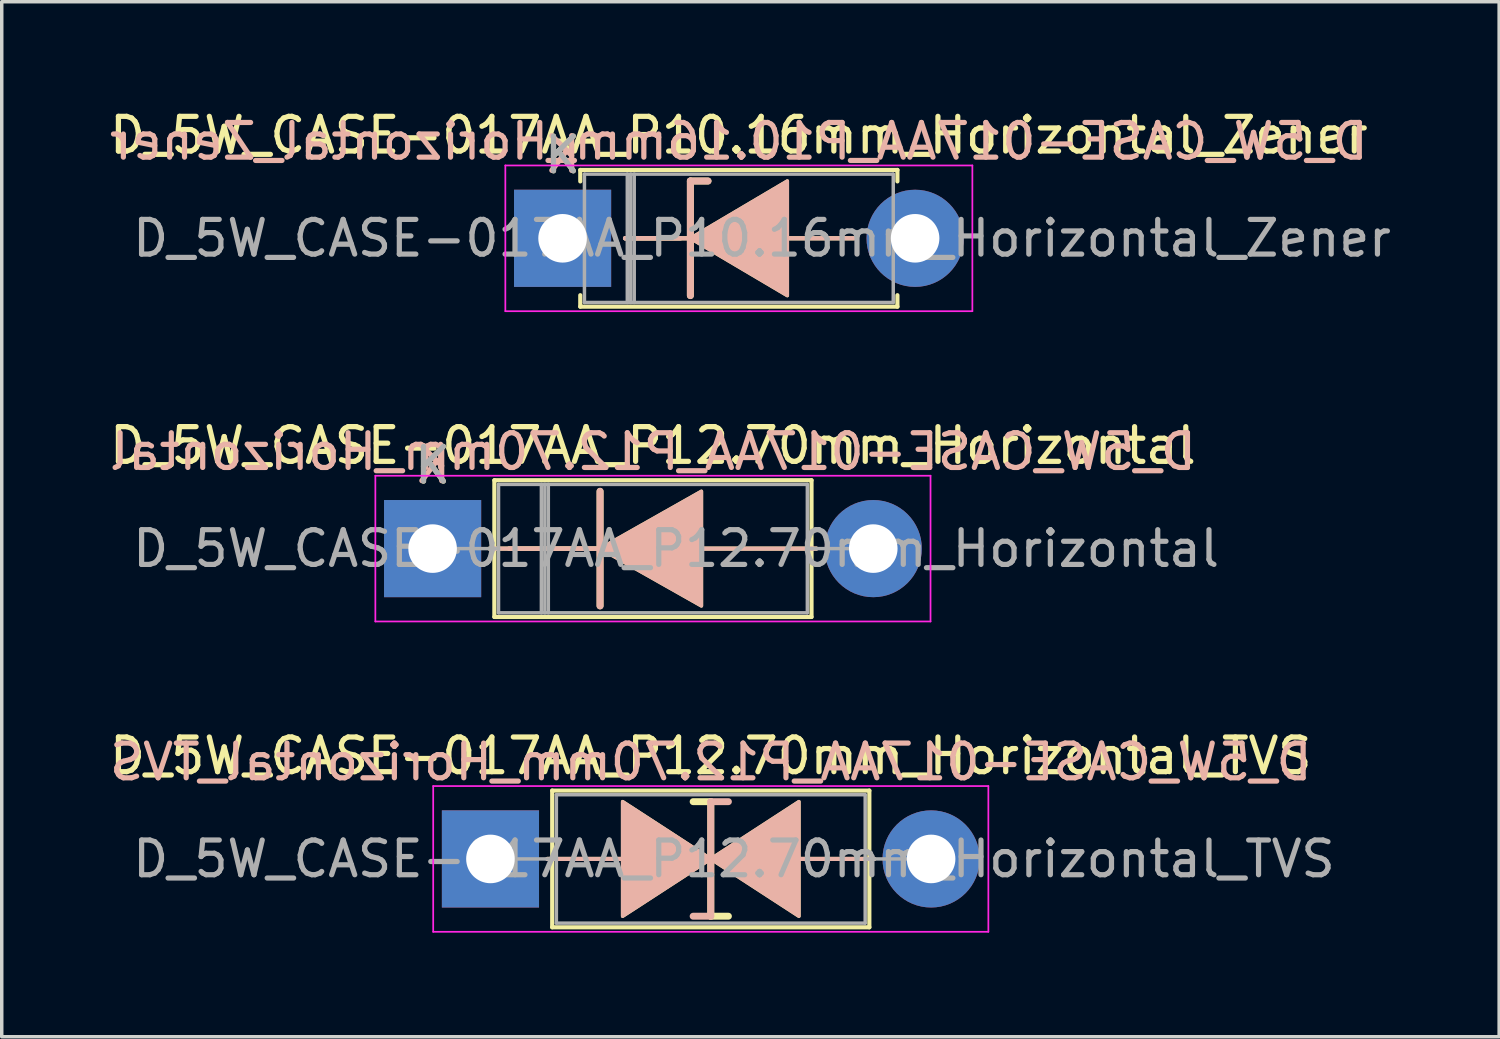
<source format=kicad_pcb>
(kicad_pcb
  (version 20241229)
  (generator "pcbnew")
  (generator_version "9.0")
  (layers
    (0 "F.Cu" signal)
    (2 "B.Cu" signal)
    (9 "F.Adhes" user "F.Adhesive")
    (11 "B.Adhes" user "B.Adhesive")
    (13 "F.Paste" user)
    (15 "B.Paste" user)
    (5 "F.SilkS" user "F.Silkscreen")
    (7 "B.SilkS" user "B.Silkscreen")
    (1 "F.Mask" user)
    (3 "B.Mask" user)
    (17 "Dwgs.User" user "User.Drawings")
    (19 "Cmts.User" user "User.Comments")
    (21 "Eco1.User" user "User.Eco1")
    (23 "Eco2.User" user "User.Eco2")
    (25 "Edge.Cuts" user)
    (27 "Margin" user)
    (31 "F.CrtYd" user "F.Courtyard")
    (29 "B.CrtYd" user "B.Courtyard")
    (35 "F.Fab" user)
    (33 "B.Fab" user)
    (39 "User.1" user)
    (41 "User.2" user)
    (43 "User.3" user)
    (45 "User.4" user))
  (footprint "D_5W_CASE-017AA_P12.70mm_Horizontal"
    (layer "F.Cu")
    (at 9.418 12.761)
    (property "Reference" "D_5W_CASE-017AA_P12.70mm_Horizontal" (at 6.35 -2.97 0) (layer "F.SilkS") (effects (font (size 1 1) (thickness 0.15))))
    (fp_line (start 1.64 0) (end 1.78 0) (stroke (width 0.12) (type solid)) (layer "F.SilkS"))
    (fp_line (start 1.78 -1.97) (end 1.78 1.97) (stroke (width 0.12) (type solid)) (layer "F.SilkS"))
    (fp_line (start 1.78 0) (end 4.826 0) (stroke (width 0.12) (type solid)) (layer "F.SilkS"))
    (fp_line (start 1.78 1.97) (end 10.92 1.97) (stroke (width 0.12) (type solid)) (layer "F.SilkS"))
    (fp_line (start 4.699 0) (end 2.2 0) (stroke (width 0.12) (type solid)) (layer "F.SilkS"))
    (fp_line (start 4.826 -1.651) (end 4.826 1.651) (stroke (width 0.2) (type solid)) (layer "F.SilkS"))
    (fp_line (start 10.92 -1.97) (end 1.78 -1.97) (stroke (width 0.12) (type solid)) (layer "F.SilkS"))
    (fp_line (start 10.92 0) (end 7.62 0) (stroke (width 0.12) (type solid)) (layer "F.SilkS"))
    (fp_line (start 10.92 1.97) (end 10.92 -1.97) (stroke (width 0.12) (type solid)) (layer "F.SilkS"))
    (fp_line (start 11.06 0) (end 10.92 0) (stroke (width 0.12) (type solid)) (layer "F.SilkS"))
    (fp_poly (pts (xy 7.747 1.651) (xy 4.826 0) (xy 7.747 -1.651)) (stroke (width 0.1) (type solid)) (fill yes) (layer "F.SilkS"))
    (fp_line (start 1.64 0) (end 1.78 0) (stroke (width 0.12) (type solid)) (layer "B.SilkS"))
    (fp_line (start 1.78 0) (end 4.826 0) (stroke (width 0.12) (type solid)) (layer "B.SilkS"))
    (fp_line (start 4.699 0) (end 2.2 0) (stroke (width 0.12) (type solid)) (layer "B.SilkS"))
    (fp_line (start 4.826 1.651) (end 4.826 -1.651) (stroke (width 0.2) (type solid)) (layer "B.SilkS"))
    (fp_line (start 10.92 0) (end 7.62 0) (stroke (width 0.12) (type solid)) (layer "B.SilkS"))
    (fp_line (start 11.06 0) (end 10.92 0) (stroke (width 0.12) (type solid)) (layer "B.SilkS"))
    (fp_poly (pts (xy 7.747 -1.651) (xy 4.826 0) (xy 7.747 1.651)) (stroke (width 0.1) (type solid)) (fill yes) (layer "B.SilkS"))
    (fp_line (start -1.65 -2.1) (end -1.65 2.1) (stroke (width 0.05) (type solid)) (layer "F.CrtYd"))
    (fp_line (start -1.65 2.1) (end 14.35 2.1) (stroke (width 0.05) (type solid)) (layer "F.CrtYd"))
    (fp_line (start 14.35 -2.1) (end -1.65 -2.1) (stroke (width 0.05) (type solid)) (layer "F.CrtYd"))
    (fp_line (start 14.35 2.1) (end 14.35 -2.1) (stroke (width 0.05) (type solid)) (layer "F.CrtYd"))
    (fp_line (start 0 0) (end 1.9 0) (stroke (width 0.1) (type solid)) (layer "F.Fab"))
    (fp_line (start 1.9 -1.85) (end 1.9 1.85) (stroke (width 0.1) (type solid)) (layer "F.Fab"))
    (fp_line (start 1.9 1.85) (end 10.8 1.85) (stroke (width 0.1) (type solid)) (layer "F.Fab"))
    (fp_line (start 3.135 -1.85) (end 3.135 1.85) (stroke (width 0.1) (type solid)) (layer "F.Fab"))
    (fp_line (start 3.235 -1.85) (end 3.235 1.85) (stroke (width 0.1) (type solid)) (layer "F.Fab"))
    (fp_line (start 3.335 -1.85) (end 3.335 1.85) (stroke (width 0.1) (type solid)) (layer "F.Fab"))
    (fp_line (start 10.8 -1.85) (end 1.9 -1.85) (stroke (width 0.1) (type solid)) (layer "F.Fab"))
    (fp_line (start 10.8 1.85) (end 10.8 -1.85) (stroke (width 0.1) (type solid)) (layer "F.Fab"))
    (fp_line (start 12.7 0) (end 10.8 0) (stroke (width 0.1) (type solid)) (layer "F.Fab"))
    (fp_text user "K" (at 0 -2.4 0) (layer "F.SilkS") (effects (font (size 1 1) (thickness 0.15))))
    (fp_text user "${REFERENCE}" (at 6.35 -2.794 0) (layer "B.SilkS") (effects (font (size 1 1) (thickness 0.15)) (justify mirror)))
    (fp_text user "K" (at 0 -2.413 0) (layer "B.SilkS") (effects (font (size 1 1) (thickness 0.15)) (justify mirror)))
    (fp_text user "K" (at 0 -2.4 0) (layer "F.Fab") (effects (font (size 1 1) (thickness 0.15))))
    (fp_text user "${REFERENCE}" (at 7.018 0 0) (layer "F.Fab") (effects (font (size 1 1) (thickness 0.15))))
    (pad "1" thru_hole rect (at 0 0) (size 2.8 2.8) (drill 1.4) (layers "*.Cu" "*.Mask"))
    (pad "2" thru_hole oval (at 12.7 0) (size 2.8 2.8) (drill 1.4) (layers "*.Cu" "*.Mask")))
  (footprint "D_5W_CASE-017AA_P10.16mm_Horizontal_Zener"
    (layer "F.Cu")
    (at 13.164 3.818)
    (property "Reference" "D_5W_CASE-017AA_P10.16mm_Horizontal_Zener" (at 5.08 -2.97 0) (layer "F.SilkS") (effects (font (size 1 1) (thickness 0.15))))
    (fp_line (start 0.51 -1.97) (end 9.65 -1.97) (stroke (width 0.12) (type solid)) (layer "F.SilkS"))
    (fp_line (start 0.51 -1.64) (end 0.51 -1.97) (stroke (width 0.12) (type solid)) (layer "F.SilkS"))
    (fp_line (start 0.51 1.64) (end 0.51 1.97) (stroke (width 0.12) (type solid)) (layer "F.SilkS"))
    (fp_line (start 0.51 1.97) (end 9.65 1.97) (stroke (width 0.12) (type solid)) (layer "F.SilkS"))
    (fp_line (start 1.8 0) (end 3.4 0) (stroke (width 0.12) (type solid)) (layer "F.SilkS"))
    (fp_line (start 3.683 -1.651) (end 3.683 1.651) (stroke (width 0.2) (type solid)) (layer "F.SilkS"))
    (fp_line (start 3.683 -1.651) (end 4.191 -1.651) (stroke (width 0.2) (type solid)) (layer "F.SilkS"))
    (fp_line (start 3.683 0) (end 1.8 0) (stroke (width 0.12) (type solid)) (layer "F.SilkS"))
    (fp_line (start 8.4 0) (end 6.35 0) (stroke (width 0.12) (type solid)) (layer "F.SilkS"))
    (fp_line (start 9.65 -1.97) (end 9.65 -1.64) (stroke (width 0.12) (type solid)) (layer "F.SilkS"))
    (fp_line (start 9.65 1.97) (end 9.65 1.64) (stroke (width 0.12) (type solid)) (layer "F.SilkS"))
    (fp_poly (pts (xy 6.477 1.651) (xy 3.683 0) (xy 6.477 -1.651)) (stroke (width 0.1) (type solid)) (fill yes) (layer "F.SilkS"))
    (fp_line (start 1.8 0) (end 3.4 0) (stroke (width 0.12) (type solid)) (layer "B.SilkS"))
    (fp_line (start 3.683 -1.651) (end 4.191 -1.651) (stroke (width 0.2) (type solid)) (layer "B.SilkS"))
    (fp_line (start 3.683 0) (end 1.8 0) (stroke (width 0.12) (type solid)) (layer "B.SilkS"))
    (fp_line (start 3.683 1.651) (end 3.683 -1.651) (stroke (width 0.2) (type solid)) (layer "B.SilkS"))
    (fp_line (start 8.4 0) (end 6.35 0) (stroke (width 0.12) (type solid)) (layer "B.SilkS"))
    (fp_poly (pts (xy 6.477 -1.651) (xy 3.683 0) (xy 6.477 1.651)) (stroke (width 0.1) (type solid)) (fill yes) (layer "B.SilkS"))
    (fp_line (start -1.65 -2.1) (end -1.65 2.1) (stroke (width 0.05) (type solid)) (layer "F.CrtYd"))
    (fp_line (start -1.65 2.1) (end 11.81 2.1) (stroke (width 0.05) (type solid)) (layer "F.CrtYd"))
    (fp_line (start 11.81 -2.1) (end -1.65 -2.1) (stroke (width 0.05) (type solid)) (layer "F.CrtYd"))
    (fp_line (start 11.81 2.1) (end 11.81 -2.1) (stroke (width 0.05) (type solid)) (layer "F.CrtYd"))
    (fp_line (start 0 0) (end 0.63 0) (stroke (width 0.1) (type solid)) (layer "F.Fab"))
    (fp_line (start 0.63 -1.85) (end 0.63 1.85) (stroke (width 0.1) (type solid)) (layer "F.Fab"))
    (fp_line (start 0.63 1.85) (end 9.53 1.85) (stroke (width 0.1) (type solid)) (layer "F.Fab"))
    (fp_line (start 1.865 -1.85) (end 1.865 1.85) (stroke (width 0.1) (type solid)) (layer "F.Fab"))
    (fp_line (start 1.965 -1.85) (end 1.965 1.85) (stroke (width 0.1) (type solid)) (layer "F.Fab"))
    (fp_line (start 2.065 -1.85) (end 2.065 1.85) (stroke (width 0.1) (type solid)) (layer "F.Fab"))
    (fp_line (start 9.53 -1.85) (end 0.63 -1.85) (stroke (width 0.1) (type solid)) (layer "F.Fab"))
    (fp_line (start 9.53 1.85) (end 9.53 -1.85) (stroke (width 0.1) (type solid)) (layer "F.Fab"))
    (fp_line (start 10.16 0) (end 9.53 0) (stroke (width 0.1) (type solid)) (layer "F.Fab"))
    (fp_text user "K" (at 0 -2.4 0) (layer "F.SilkS") (effects (font (size 1 1) (thickness 0.15))))
    (fp_text user "${REFERENCE}" (at 5.08 -2.794 0) (layer "B.SilkS") (effects (font (size 1 1) (thickness 0.15)) (justify mirror)))
    (fp_text user "K" (at 0 -2.413 0) (layer "B.SilkS") (effects (font (size 1 1) (thickness 0.15)) (justify mirror)))
    (fp_text user "K" (at 0 -2.4 0) (layer "F.Fab") (effects (font (size 1 1) (thickness 0.15))))
    (fp_text user "${REFERENCE}" (at 5.747 0 0) (layer "F.Fab") (effects (font (size 1 1) (thickness 0.15))))
    (pad "1" thru_hole rect (at 0 0) (size 2.8 2.8) (drill 1.4) (layers "*.Cu" "*.Mask"))
    (pad "2" thru_hole oval (at 10.16 0) (size 2.8 2.8) (drill 1.4) (layers "*.Cu" "*.Mask")))
  (footprint "D_5W_CASE-017AA_P12.70mm_Horizontal_TVS"
    (layer "F.Cu")
    (at 11.085 21.705)
    (property "Reference" "D_5W_CASE-017AA_P12.70mm_Horizontal_TVS" (at 6.35 -2.97 0) (layer "F.SilkS") (effects (font (size 1 1) (thickness 0.15))))
    (fp_line (start 1.64 0) (end 1.78 0) (stroke (width 0.12) (type solid)) (layer "F.SilkS"))
    (fp_line (start 1.778 0) (end 3.81 0) (stroke (width 0.12) (type solid)) (layer "F.SilkS"))
    (fp_line (start 1.78 -1.97) (end 1.78 1.97) (stroke (width 0.12) (type solid)) (layer "F.SilkS"))
    (fp_line (start 1.78 1.97) (end 10.92 1.97) (stroke (width 0.12) (type solid)) (layer "F.SilkS"))
    (fp_line (start 6.35 -1.651) (end 5.842 -1.651) (stroke (width 0.2) (type solid)) (layer "F.SilkS"))
    (fp_line (start 6.35 1.651) (end 6.35 -1.651) (stroke (width 0.2) (type solid)) (layer "F.SilkS"))
    (fp_line (start 6.858 1.651) (end 6.35 1.651) (stroke (width 0.2) (type solid)) (layer "F.SilkS"))
    (fp_line (start 10.92 -1.97) (end 1.78 -1.97) (stroke (width 0.12) (type solid)) (layer "F.SilkS"))
    (fp_line (start 10.92 0) (end 8.89 0) (stroke (width 0.12) (type solid)) (layer "F.SilkS"))
    (fp_line (start 10.92 1.97) (end 10.92 -1.97) (stroke (width 0.12) (type solid)) (layer "F.SilkS"))
    (fp_line (start 11.06 0) (end 10.92 0) (stroke (width 0.12) (type solid)) (layer "F.SilkS"))
    (fp_poly (pts (xy 6.35 0) (xy 3.81 1.651) (xy 3.81 -1.651)) (stroke (width 0.1) (type solid)) (fill yes) (layer "F.SilkS"))
    (fp_poly (pts (xy 6.35 0) (xy 8.89 -1.651) (xy 8.89 1.651)) (stroke (width 0.1) (type solid)) (fill yes) (layer "F.SilkS"))
    (fp_line (start 1.64 0) (end 1.78 0) (stroke (width 0.12) (type solid)) (layer "B.SilkS"))
    (fp_line (start 1.778 0) (end 3.81 0) (stroke (width 0.12) (type solid)) (layer "B.SilkS"))
    (fp_line (start 6.35 -1.651) (end 6.35 1.651) (stroke (width 0.2) (type solid)) (layer "B.SilkS"))
    (fp_line (start 6.35 1.651) (end 5.842 1.651) (stroke (width 0.2) (type solid)) (layer "B.SilkS"))
    (fp_line (start 6.858 -1.651) (end 6.35 -1.651) (stroke (width 0.2) (type solid)) (layer "B.SilkS"))
    (fp_line (start 10.92 0) (end 8.89 0) (stroke (width 0.12) (type solid)) (layer "B.SilkS"))
    (fp_line (start 11.06 0) (end 10.92 0) (stroke (width 0.12) (type solid)) (layer "B.SilkS"))
    (fp_poly (pts (xy 6.35 0) (xy 3.81 -1.651) (xy 3.81 1.651)) (stroke (width 0.1) (type solid)) (fill yes) (layer "B.SilkS"))
    (fp_poly (pts (xy 6.35 0) (xy 8.89 1.651) (xy 8.89 -1.651)) (stroke (width 0.1) (type solid)) (fill yes) (layer "B.SilkS"))
    (fp_line (start -1.65 -2.1) (end -1.65 2.1) (stroke (width 0.05) (type solid)) (layer "F.CrtYd"))
    (fp_line (start -1.65 2.1) (end 14.35 2.1) (stroke (width 0.05) (type solid)) (layer "F.CrtYd"))
    (fp_line (start 14.35 -2.1) (end -1.65 -2.1) (stroke (width 0.05) (type solid)) (layer "F.CrtYd"))
    (fp_line (start 14.35 2.1) (end 14.35 -2.1) (stroke (width 0.05) (type solid)) (layer "F.CrtYd"))
    (fp_line (start 0 0) (end 1.9 0) (stroke (width 0.1) (type solid)) (layer "F.Fab"))
    (fp_line (start 1.9 -1.85) (end 1.9 1.85) (stroke (width 0.1) (type solid)) (layer "F.Fab"))
    (fp_line (start 1.9 1.85) (end 10.8 1.85) (stroke (width 0.1) (type solid)) (layer "F.Fab"))
    (fp_line (start 10.8 -1.85) (end 1.9 -1.85) (stroke (width 0.1) (type solid)) (layer "F.Fab"))
    (fp_line (start 10.8 1.85) (end 10.8 -1.85) (stroke (width 0.1) (type solid)) (layer "F.Fab"))
    (fp_line (start 12.7 0) (end 10.8 0) (stroke (width 0.1) (type solid)) (layer "F.Fab"))
    (fp_text user "${REFERENCE}" (at 6.35 -2.794 0) (layer "B.SilkS") (effects (font (size 1 1) (thickness 0.15)) (justify mirror)))
    (fp_text user "${REFERENCE}" (at 7.018 0 0) (layer "F.Fab") (effects (font (size 1 1) (thickness 0.15))))
    (pad "1" thru_hole rect (at 0 0) (size 2.8 2.8) (drill 1.4) (layers "*.Cu" "*.Mask"))
    (pad "2" thru_hole oval (at 12.7 0) (size 2.8 2.8) (drill 1.4) (layers "*.Cu" "*.Mask")))
  (gr_rect
    (start -3 -3)
    (end 40.156 26.83)
    (stroke (width 0.1) (type default))
    (fill no)
    (layer "Edge.Cuts")))
</source>
